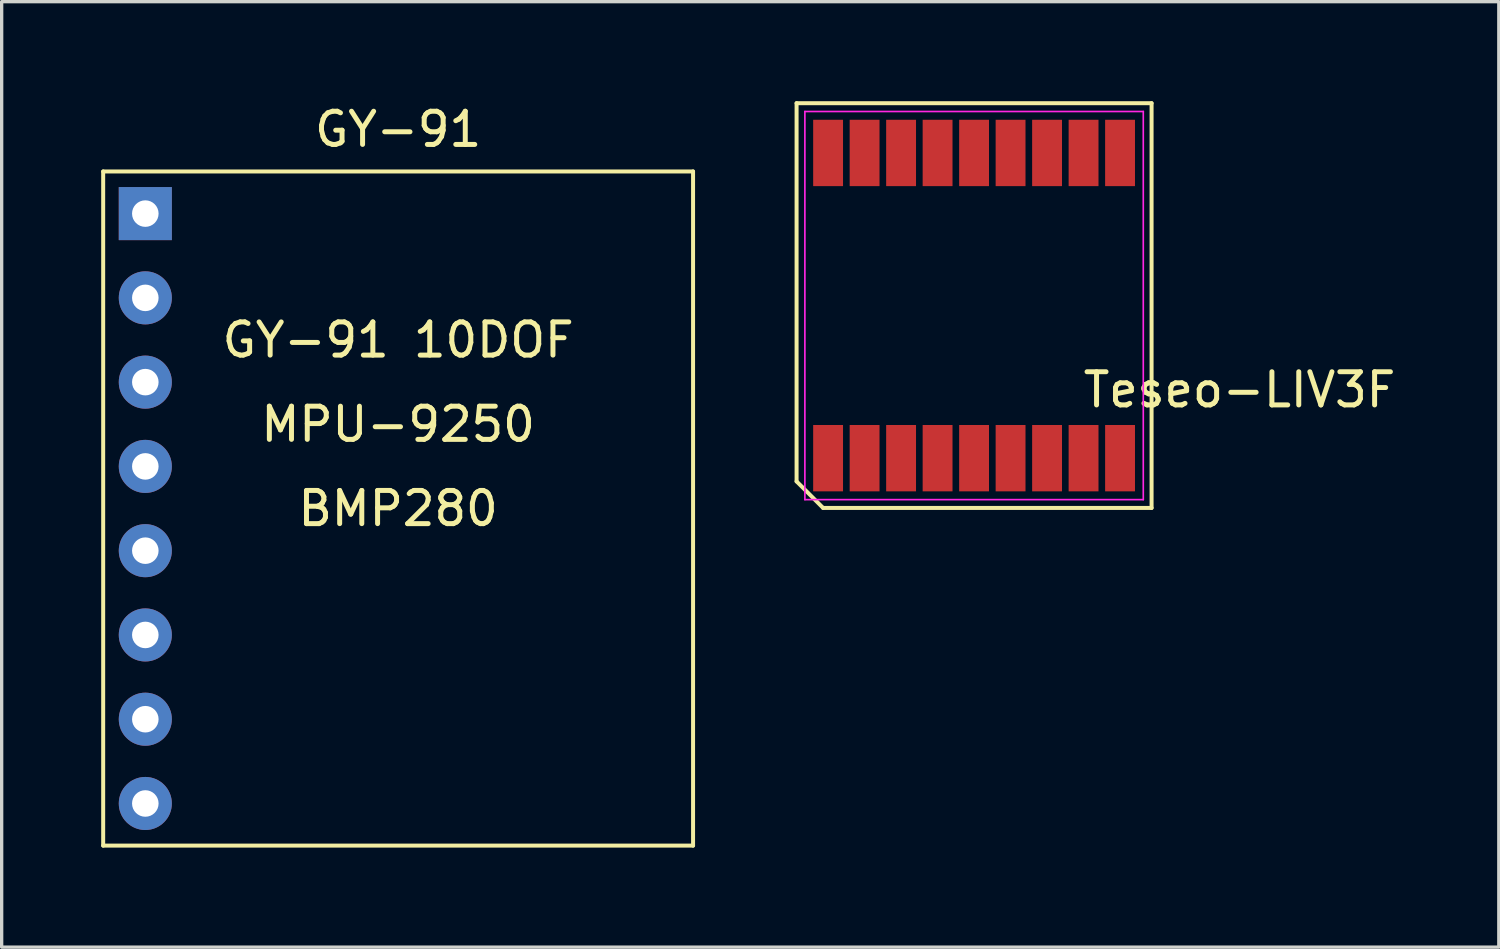
<source format=kicad_pcb>
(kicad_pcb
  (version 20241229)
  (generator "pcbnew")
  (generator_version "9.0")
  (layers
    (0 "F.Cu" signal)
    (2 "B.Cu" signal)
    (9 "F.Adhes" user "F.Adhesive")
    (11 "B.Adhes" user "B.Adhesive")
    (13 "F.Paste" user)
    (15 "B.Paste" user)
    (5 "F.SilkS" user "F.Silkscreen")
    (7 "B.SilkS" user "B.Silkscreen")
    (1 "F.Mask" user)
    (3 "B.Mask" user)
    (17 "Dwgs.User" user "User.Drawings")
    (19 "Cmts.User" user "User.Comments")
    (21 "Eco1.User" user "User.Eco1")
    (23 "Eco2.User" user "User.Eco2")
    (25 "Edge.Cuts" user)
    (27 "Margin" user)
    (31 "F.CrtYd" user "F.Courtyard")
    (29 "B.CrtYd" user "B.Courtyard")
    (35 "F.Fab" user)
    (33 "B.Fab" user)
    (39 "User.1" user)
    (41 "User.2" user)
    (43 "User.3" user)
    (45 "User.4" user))
  (footprint "GY-91"
    (layer "F.Cu")
    (at 8.95 12.278)
    (property "Reference" "GY-91" (at 0 -11.43 0) (layer "F.SilkS") (effects (font (size 1 1) (thickness 0.15))))
    (attr through_hole)
    (fp_line (start -8.89 -10.16) (end -8.89 10.16) (stroke (width 0.12) (type solid)) (layer "F.SilkS"))
    (fp_line (start -8.89 10.16) (end 8.89 10.16) (stroke (width 0.12) (type solid)) (layer "F.SilkS"))
    (fp_line (start 8.89 -10.16) (end -8.89 -10.16) (stroke (width 0.12) (type solid)) (layer "F.SilkS"))
    (fp_line (start 8.89 10.16) (end 8.89 -10.16) (stroke (width 0.12) (type solid)) (layer "F.SilkS"))
    (fp_text user "MPU-9250" (at 0 -2.54 0) (layer "F.SilkS") (effects (font (size 1 1) (thickness 0.15))))
    (fp_text user "BMP280" (at 0 0 0) (layer "F.SilkS") (effects (font (size 1 1) (thickness 0.15))))
    (fp_text user "GY-91 10DOF" (at 0 -5.08 0) (layer "F.SilkS") (effects (font (size 1 1) (thickness 0.15))))
    (pad "1" thru_hole rect (at -7.62 -8.89) (size 1.6 1.6) (drill 0.8) (layers "*.Cu" "*.Mask"))
    (pad "2" thru_hole circle (at -7.62 -6.35) (size 1.6 1.6) (drill 0.8) (layers "*.Cu" "*.Mask"))
    (pad "3" thru_hole circle (at -7.62 -1.27) (size 1.6 1.6) (drill 0.8) (layers "*.Cu" "*.Mask"))
    (pad "4" thru_hole circle (at -7.62 -3.81) (size 1.6 1.6) (drill 0.8) (layers "*.Cu" "*.Mask"))
    (pad "5" thru_hole circle (at -7.62 1.27) (size 1.6 1.6) (drill 0.8) (layers "*.Cu" "*.Mask"))
    (pad "6" thru_hole circle (at -7.62 3.81) (size 1.6 1.6) (drill 0.8) (layers "*.Cu" "*.Mask"))
    (pad "7" thru_hole circle (at -7.62 6.35) (size 1.6 1.6) (drill 0.8) (layers "*.Cu" "*.Mask"))
    (pad "8" thru_hole circle (at -7.62 8.89) (size 1.6 1.6) (drill 0.8) (layers "*.Cu" "*.Mask")))
  (footprint "Teseo-LIV3F"
    (layer "F.Cu")
    (at 26.31 6.16)
    (property "Reference" "Teseo-LIV3F" (at 8.001 2.54 180) (layer "F.SilkS") (effects (font (size 1 1) (thickness 0.15))))
    (attr smd)
    (fp_line (start -5.35 -6.1) (end 5.35 -6.1) (stroke (width 0.12) (type solid)) (layer "F.SilkS"))
    (fp_line (start -5.35 5.3) (end -5.35 -6.1) (stroke (width 0.12) (type solid)) (layer "F.SilkS"))
    (fp_line (start -4.55 6.1) (end -5.35 5.3) (stroke (width 0.12) (type solid)) (layer "F.SilkS"))
    (fp_line (start 5.35 -6.1) (end 5.35 6.1) (stroke (width 0.12) (type solid)) (layer "F.SilkS"))
    (fp_line (start 5.35 6.1) (end -4.55 6.1) (stroke (width 0.12) (type solid)) (layer "F.SilkS"))
    (fp_line (start -5.1 -5.85) (end 5.1 -5.85) (stroke (width 0.05) (type solid)) (layer "F.CrtYd"))
    (fp_line (start -5.1 5.85) (end -5.1 -5.85) (stroke (width 0.05) (type solid)) (layer "F.CrtYd"))
    (fp_line (start 5.1 -5.85) (end 5.1 5.85) (stroke (width 0.05) (type solid)) (layer "F.CrtYd"))
    (fp_line (start 5.1 5.85) (end -5.1 5.85) (stroke (width 0.05) (type solid)) (layer "F.CrtYd"))
    (pad "1" smd rect (at -4.4 4.6) (size 0.9 2) (layers "F.Cu" "F.Mask" "F.Paste"))
    (pad "2" smd rect (at -3.3 4.6) (size 0.9 2) (layers "F.Cu" "F.Mask" "F.Paste"))
    (pad "3" smd rect (at -2.2 4.6) (size 0.9 2) (layers "F.Cu" "F.Mask" "F.Paste"))
    (pad "4" smd rect (at -1.1 4.6) (size 0.9 2) (layers "F.Cu" "F.Mask" "F.Paste"))
    (pad "5" smd rect (at 0 4.6) (size 0.9 2) (layers "F.Cu" "F.Mask" "F.Paste"))
    (pad "6" smd rect (at 1.1 4.6) (size 0.9 2) (layers "F.Cu" "F.Mask" "F.Paste"))
    (pad "7" smd rect (at 2.2 4.6) (size 0.9 2) (layers "F.Cu" "F.Mask" "F.Paste"))
    (pad "8" smd rect (at 3.3 4.6) (size 0.9 2) (layers "F.Cu" "F.Mask" "F.Paste"))
    (pad "9" smd rect (at 4.4 4.6) (size 0.9 2) (layers "F.Cu" "F.Mask" "F.Paste"))
    (pad "10" smd rect (at 4.4 -4.6) (size 0.9 2) (layers "F.Cu" "F.Mask" "F.Paste"))
    (pad "11" smd rect (at 3.3 -4.6) (size 0.9 2) (layers "F.Cu" "F.Mask" "F.Paste"))
    (pad "12" smd rect (at 2.2 -4.6) (size 0.9 2) (layers "F.Cu" "F.Mask" "F.Paste"))
    (pad "13" smd rect (at 1.1 -4.6) (size 0.9 2) (layers "F.Cu" "F.Mask" "F.Paste"))
    (pad "14" smd rect (at 0 -4.6) (size 0.9 2) (layers "F.Cu" "F.Mask" "F.Paste"))
    (pad "15" smd rect (at -1.1 -4.6) (size 0.9 2) (layers "F.Cu" "F.Mask" "F.Paste"))
    (pad "16" smd rect (at -2.2 -4.6) (size 0.9 2) (layers "F.Cu" "F.Mask" "F.Paste"))
    (pad "17" smd rect (at -3.3 -4.6) (size 0.9 2) (layers "F.Cu" "F.Mask" "F.Paste"))
    (pad "18" smd rect (at -4.4 -4.6) (size 0.9 2) (layers "F.Cu" "F.Mask" "F.Paste")))
  (gr_rect
    (start -3 -3)
    (end 42.126 25.498)
    (stroke (width 0.1) (type default))
    (fill no)
    (layer "Edge.Cuts")))
</source>
